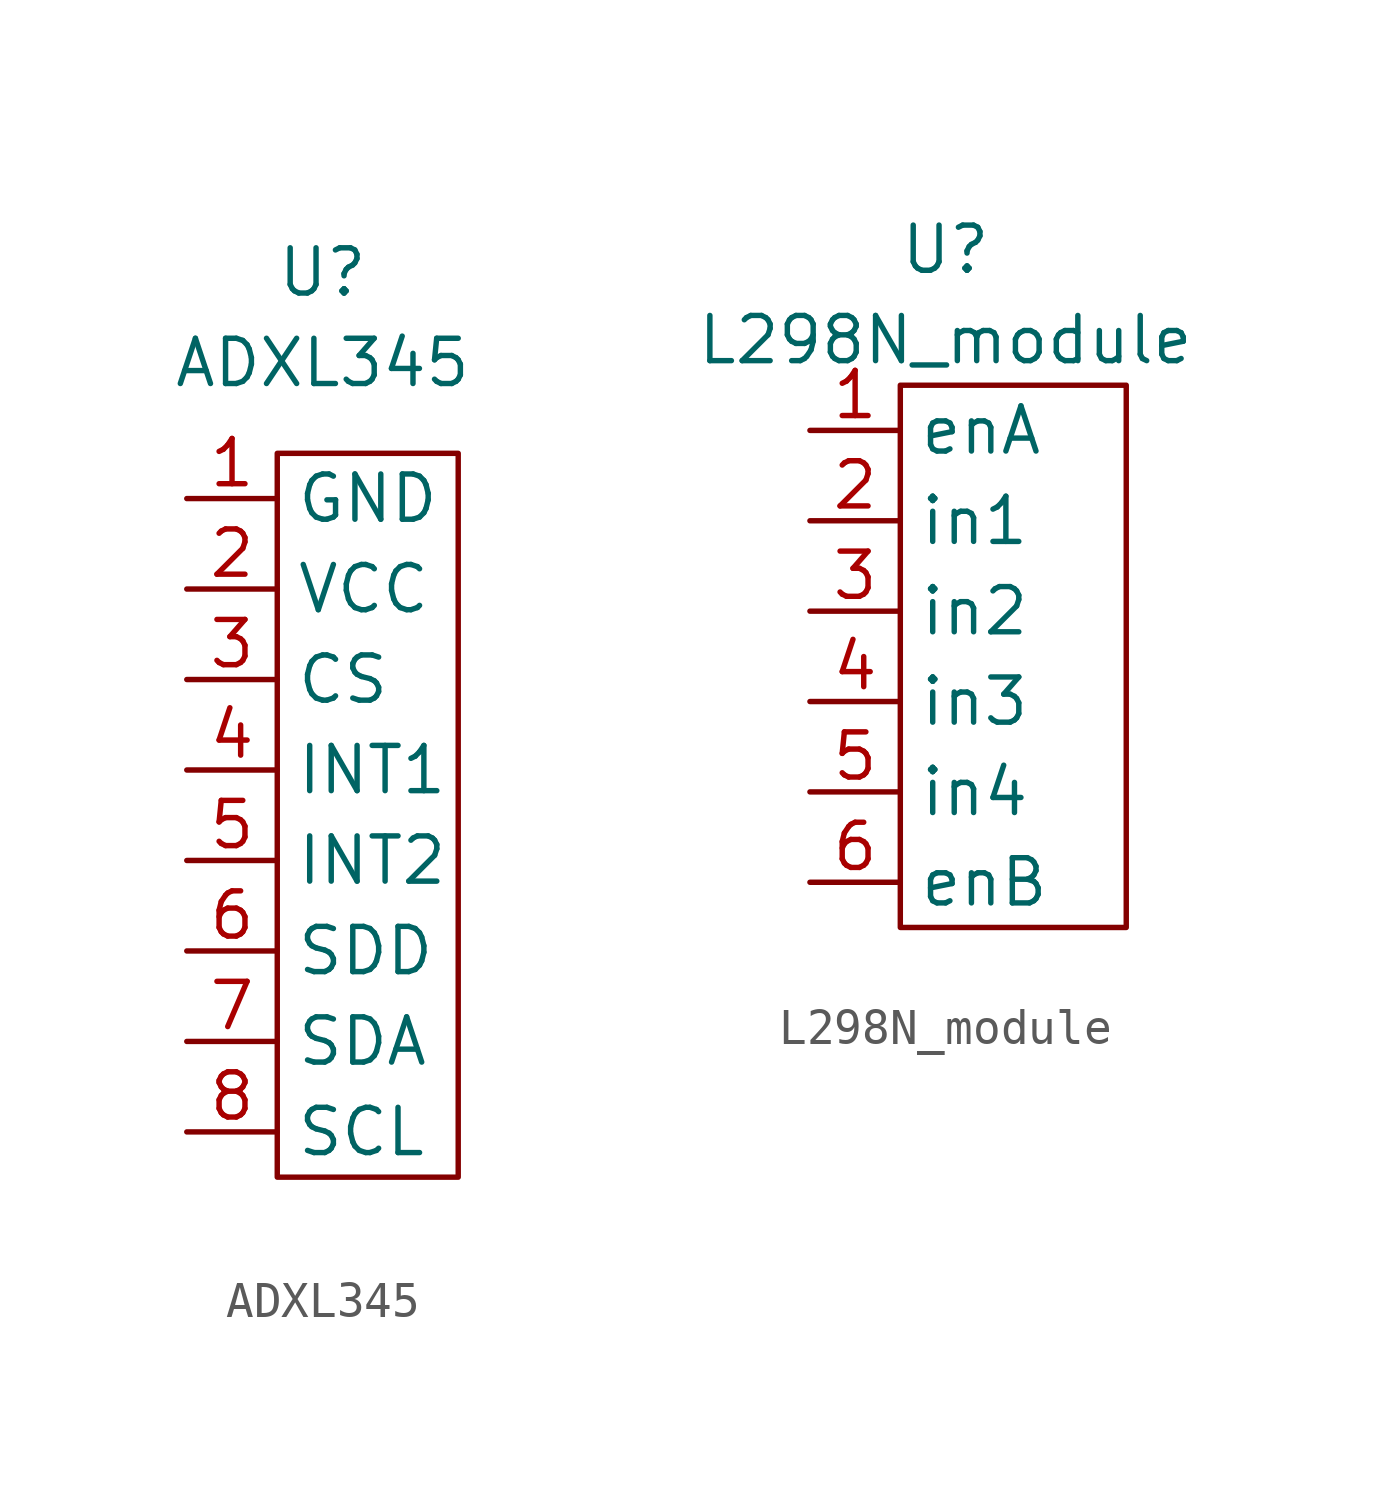
<source format=kicad_sym>
(kicad_symbol_lib
  (version 20211014)
  (generator kicad_symbol_editor)
  (symbol "ADXL345"
    (property "Reference" "U"
      (at 0 2.54 0)
      (effects (font (size 1.27 1.27))))
    (property "Value" "ADXL345"
      (at 0 0 0)
      (effects (font (size 1.27 1.27))))
    (symbol "ADXL345_0_1"
      (rectangle (start -1.27 -2.54) (end 3.81 -22.86) (stroke (width 0) (type default) (color 0 0 0 0)) (fill (type none))))
    (symbol "ADXL345_1_1"
      (pin input line (at -3.81 -3.81 0) (length 2.54) (name "GND" (effects (font (size 1.27 1.27)))) (number "1" (effects (font (size 1.27 1.27)))))
      (pin input line (at -3.81 -6.35 0) (length 2.54) (name "VCC" (effects (font (size 1.27 1.27)))) (number "2" (effects (font (size 1.27 1.27)))))
      (pin input line (at -3.81 -8.89 0) (length 2.54) (name "CS" (effects (font (size 1.27 1.27)))) (number "3" (effects (font (size 1.27 1.27)))))
      (pin input line (at -3.81 -11.43 0) (length 2.54) (name "INT1" (effects (font (size 1.27 1.27)))) (number "4" (effects (font (size 1.27 1.27)))))
      (pin input line (at -3.81 -13.97 0) (length 2.54) (name "INT2" (effects (font (size 1.27 1.27)))) (number "5" (effects (font (size 1.27 1.27)))))
      (pin input line (at -3.81 -16.51 0) (length 2.54) (name "SDD" (effects (font (size 1.27 1.27)))) (number "6" (effects (font (size 1.27 1.27)))))
      (pin input line (at -3.81 -19.05 0) (length 2.54) (name "SDA" (effects (font (size 1.27 1.27)))) (number "7" (effects (font (size 1.27 1.27)))))
      (pin input line (at -3.81 -21.59 0) (length 2.54) (name "SCL" (effects (font (size 1.27 1.27)))) (number "8" (effects (font (size 1.27 1.27)))))))
  (symbol "L298N_module"
    (property "Reference" "U"
      (at 0 2.54 0)
      (effects (font (size 1.27 1.27))))
    (property "Value" "L298N_module"
      (at 0 0 0)
      (effects (font (size 1.27 1.27))))
    (symbol "L298N_module_0_1"
      (rectangle (start -1.27 -1.27) (end 5.08 -16.51) (stroke (width 0) (type default) (color 0 0 0 0)) (fill (type none))))
    (symbol "L298N_module_1_1"
      (pin input line (at -3.81 -2.54 0) (length 2.54) (name "enA" (effects (font (size 1.27 1.27)))) (number "1" (effects (font (size 1.27 1.27)))))
      (pin input line (at -3.81 -5.08 0) (length 2.54) (name "in1" (effects (font (size 1.27 1.27)))) (number "2" (effects (font (size 1.27 1.27)))))
      (pin input line (at -3.81 -7.62 0) (length 2.54) (name "in2" (effects (font (size 1.27 1.27)))) (number "3" (effects (font (size 1.27 1.27)))))
      (pin input line (at -3.81 -10.16 0) (length 2.54) (name "in3" (effects (font (size 1.27 1.27)))) (number "4" (effects (font (size 1.27 1.27)))))
      (pin input line (at -3.81 -12.7 0) (length 2.54) (name "in4" (effects (font (size 1.27 1.27)))) (number "5" (effects (font (size 1.27 1.27)))))
      (pin input line (at -3.81 -15.24 0) (length 2.54) (name "enB" (effects (font (size 1.27 1.27)))) (number "6" (effects (font (size 1.27 1.27))))))))
</source>
